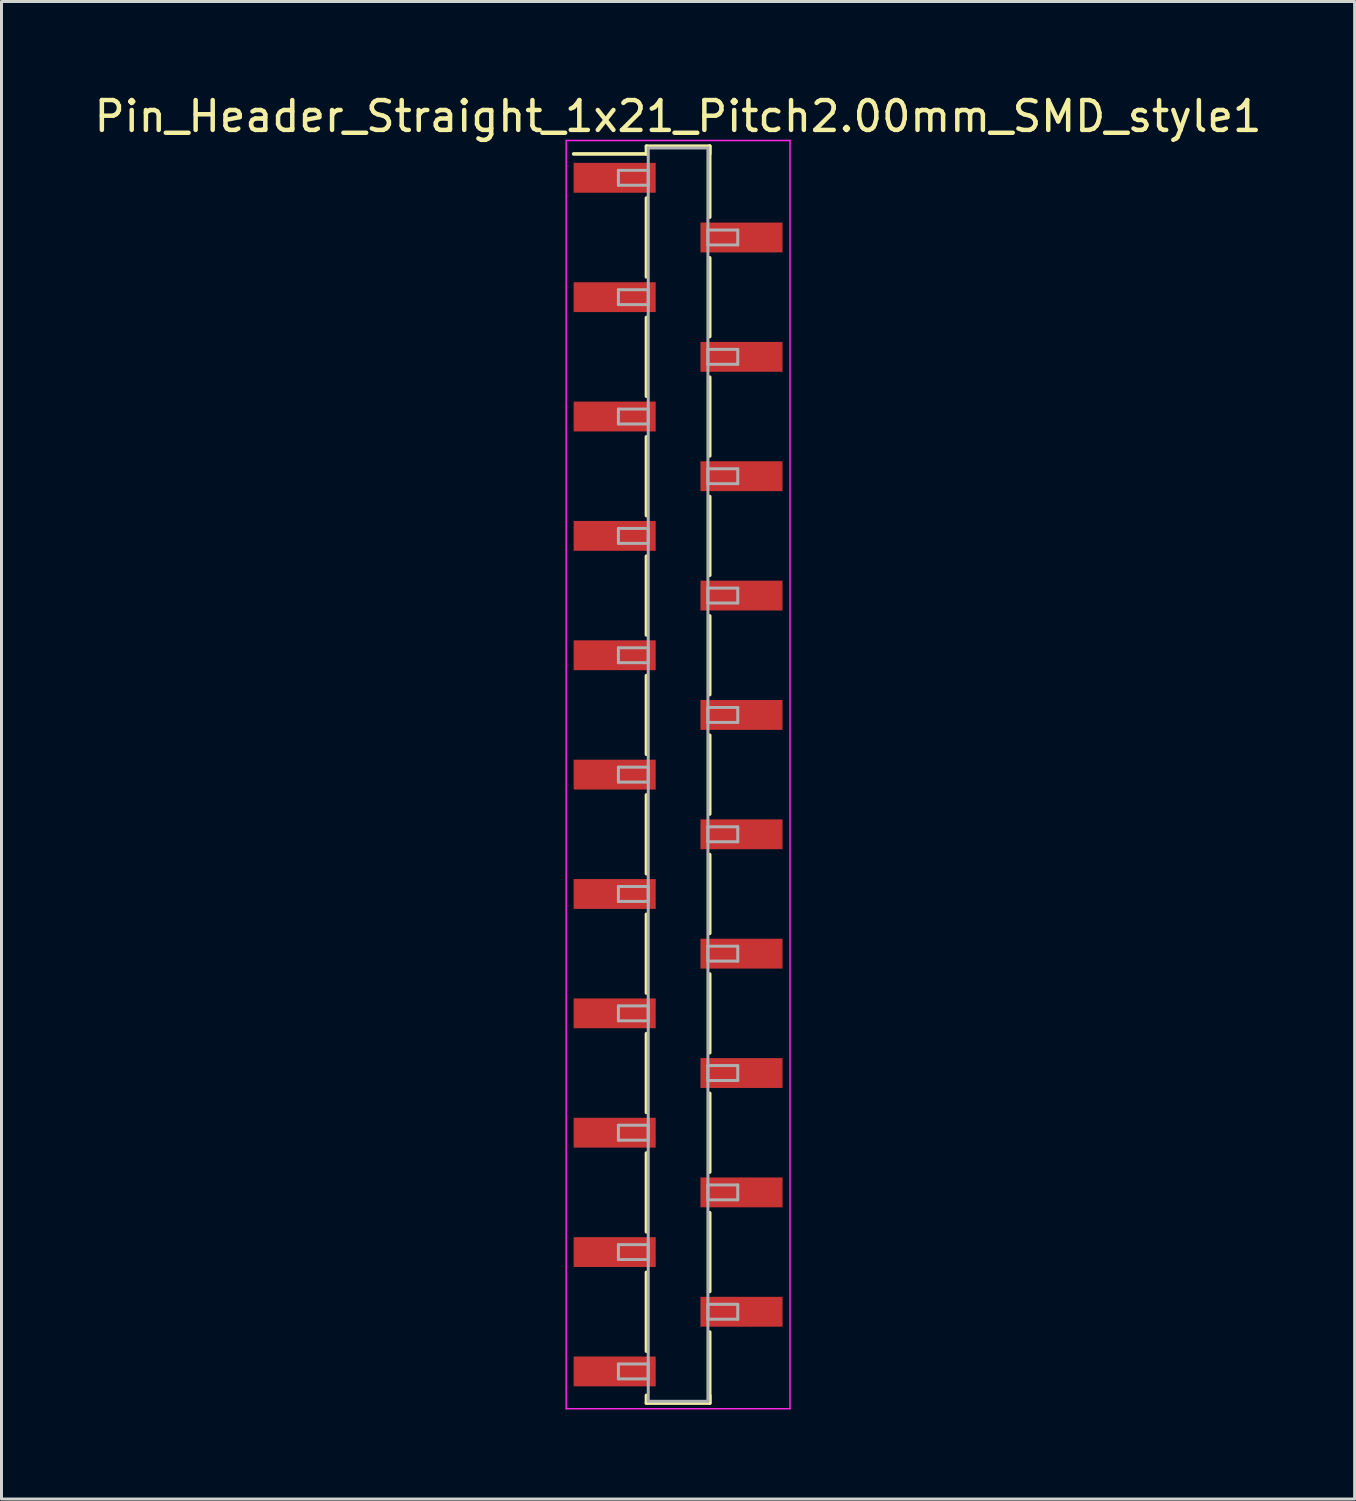
<source format=kicad_pcb>
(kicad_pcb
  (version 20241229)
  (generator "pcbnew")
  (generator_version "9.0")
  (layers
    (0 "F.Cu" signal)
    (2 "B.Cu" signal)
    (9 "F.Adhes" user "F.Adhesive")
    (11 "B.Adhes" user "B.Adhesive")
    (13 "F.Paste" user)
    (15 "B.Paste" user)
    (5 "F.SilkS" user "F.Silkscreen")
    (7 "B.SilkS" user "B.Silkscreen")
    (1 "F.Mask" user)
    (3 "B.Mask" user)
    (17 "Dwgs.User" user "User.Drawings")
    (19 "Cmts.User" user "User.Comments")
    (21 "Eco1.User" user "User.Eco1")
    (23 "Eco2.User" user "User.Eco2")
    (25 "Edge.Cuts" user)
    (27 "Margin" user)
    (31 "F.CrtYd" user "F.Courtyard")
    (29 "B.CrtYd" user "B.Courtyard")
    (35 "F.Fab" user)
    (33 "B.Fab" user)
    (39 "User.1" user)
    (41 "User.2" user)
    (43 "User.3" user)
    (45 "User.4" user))
  (footprint "Pin_Header_Straight_1x21_Pitch2.00mm_SMD_style1"
    (layer "F.Cu")
    (at 19.673 22.908)
    (property "Reference" "Pin_Header_Straight_1x21_Pitch2.00mm_SMD_style1" (at 0 -22.06 0) (layer "F.SilkS") (effects (font (size 1 1) (thickness 0.15))))
    (attr smd)
    (fp_line (start -1.06 -21.06) (end 1.06 -21.06) (stroke (width 0.12) (type solid)) (layer "F.SilkS"))
    (fp_line (start -1.06 -20.8) (end -3.5 -20.8) (stroke (width 0.12) (type solid)) (layer "F.SilkS"))
    (fp_line (start -1.06 -20.8) (end -1.06 -21.06) (stroke (width 0.12) (type solid)) (layer "F.SilkS"))
    (fp_line (start -1.06 -19.32) (end -1.06 -16.68) (stroke (width 0.12) (type solid)) (layer "F.SilkS"))
    (fp_line (start -1.06 -15.32) (end -1.06 -12.68) (stroke (width 0.12) (type solid)) (layer "F.SilkS"))
    (fp_line (start -1.06 -11.32) (end -1.06 -8.68) (stroke (width 0.12) (type solid)) (layer "F.SilkS"))
    (fp_line (start -1.06 -7.32) (end -1.06 -4.68) (stroke (width 0.12) (type solid)) (layer "F.SilkS"))
    (fp_line (start -1.06 -3.32) (end -1.06 -0.68) (stroke (width 0.12) (type solid)) (layer "F.SilkS"))
    (fp_line (start -1.06 0.68) (end -1.06 3.32) (stroke (width 0.12) (type solid)) (layer "F.SilkS"))
    (fp_line (start -1.06 4.68) (end -1.06 7.32) (stroke (width 0.12) (type solid)) (layer "F.SilkS"))
    (fp_line (start -1.06 8.68) (end -1.06 11.32) (stroke (width 0.12) (type solid)) (layer "F.SilkS"))
    (fp_line (start -1.06 12.68) (end -1.06 15.32) (stroke (width 0.12) (type solid)) (layer "F.SilkS"))
    (fp_line (start -1.06 16.68) (end -1.06 19.32) (stroke (width 0.12) (type solid)) (layer "F.SilkS"))
    (fp_line (start -1.06 20.8) (end -1.06 21.06) (stroke (width 0.12) (type solid)) (layer "F.SilkS"))
    (fp_line (start -1.06 21.06) (end 1.06 21.06) (stroke (width 0.12) (type solid)) (layer "F.SilkS"))
    (fp_line (start 1.06 -21.06) (end 1.06 -20.8) (stroke (width 0.12) (type solid)) (layer "F.SilkS"))
    (fp_line (start 1.06 -21.06) (end 1.06 -18.68) (stroke (width 0.12) (type solid)) (layer "F.SilkS"))
    (fp_line (start 1.06 -17.32) (end 1.06 -14.68) (stroke (width 0.12) (type solid)) (layer "F.SilkS"))
    (fp_line (start 1.06 -13.32) (end 1.06 -10.68) (stroke (width 0.12) (type solid)) (layer "F.SilkS"))
    (fp_line (start 1.06 -9.32) (end 1.06 -6.68) (stroke (width 0.12) (type solid)) (layer "F.SilkS"))
    (fp_line (start 1.06 -5.32) (end 1.06 -2.68) (stroke (width 0.12) (type solid)) (layer "F.SilkS"))
    (fp_line (start 1.06 -1.32) (end 1.06 1.32) (stroke (width 0.12) (type solid)) (layer "F.SilkS"))
    (fp_line (start 1.06 2.68) (end 1.06 5.32) (stroke (width 0.12) (type solid)) (layer "F.SilkS"))
    (fp_line (start 1.06 6.68) (end 1.06 9.32) (stroke (width 0.12) (type solid)) (layer "F.SilkS"))
    (fp_line (start 1.06 10.68) (end 1.06 13.32) (stroke (width 0.12) (type solid)) (layer "F.SilkS"))
    (fp_line (start 1.06 14.68) (end 1.06 17.32) (stroke (width 0.12) (type solid)) (layer "F.SilkS"))
    (fp_line (start 1.06 18.68) (end 1.06 21.06) (stroke (width 0.12) (type solid)) (layer "F.SilkS"))
    (fp_line (start 1.06 21.06) (end 1.06 20.8) (stroke (width 0.12) (type solid)) (layer "F.SilkS"))
    (fp_line (start -3.75 -21.25) (end -3.75 21.25) (stroke (width 0.05) (type solid)) (layer "F.CrtYd"))
    (fp_line (start -3.75 21.25) (end 3.75 21.25) (stroke (width 0.05) (type solid)) (layer "F.CrtYd"))
    (fp_line (start 3.75 -21.25) (end -3.75 -21.25) (stroke (width 0.05) (type solid)) (layer "F.CrtYd"))
    (fp_line (start 3.75 21.25) (end 3.75 -21.25) (stroke (width 0.05) (type solid)) (layer "F.CrtYd"))
    (fp_line (start -2 -20.25) (end -1 -20.25) (stroke (width 0.1) (type solid)) (layer "F.Fab"))
    (fp_line (start -2 -19.75) (end -2 -20.25) (stroke (width 0.1) (type solid)) (layer "F.Fab"))
    (fp_line (start -2 -16.25) (end -1 -16.25) (stroke (width 0.1) (type solid)) (layer "F.Fab"))
    (fp_line (start -2 -15.75) (end -2 -16.25) (stroke (width 0.1) (type solid)) (layer "F.Fab"))
    (fp_line (start -2 -12.25) (end -1 -12.25) (stroke (width 0.1) (type solid)) (layer "F.Fab"))
    (fp_line (start -2 -11.75) (end -2 -12.25) (stroke (width 0.1) (type solid)) (layer "F.Fab"))
    (fp_line (start -2 -8.25) (end -1 -8.25) (stroke (width 0.1) (type solid)) (layer "F.Fab"))
    (fp_line (start -2 -7.75) (end -2 -8.25) (stroke (width 0.1) (type solid)) (layer "F.Fab"))
    (fp_line (start -2 -4.25) (end -1 -4.25) (stroke (width 0.1) (type solid)) (layer "F.Fab"))
    (fp_line (start -2 -3.75) (end -2 -4.25) (stroke (width 0.1) (type solid)) (layer "F.Fab"))
    (fp_line (start -2 -0.25) (end -1 -0.25) (stroke (width 0.1) (type solid)) (layer "F.Fab"))
    (fp_line (start -2 0.25) (end -2 -0.25) (stroke (width 0.1) (type solid)) (layer "F.Fab"))
    (fp_line (start -2 3.75) (end -1 3.75) (stroke (width 0.1) (type solid)) (layer "F.Fab"))
    (fp_line (start -2 4.25) (end -2 3.75) (stroke (width 0.1) (type solid)) (layer "F.Fab"))
    (fp_line (start -2 7.75) (end -1 7.75) (stroke (width 0.1) (type solid)) (layer "F.Fab"))
    (fp_line (start -2 8.25) (end -2 7.75) (stroke (width 0.1) (type solid)) (layer "F.Fab"))
    (fp_line (start -2 11.75) (end -1 11.75) (stroke (width 0.1) (type solid)) (layer "F.Fab"))
    (fp_line (start -2 12.25) (end -2 11.75) (stroke (width 0.1) (type solid)) (layer "F.Fab"))
    (fp_line (start -2 15.75) (end -1 15.75) (stroke (width 0.1) (type solid)) (layer "F.Fab"))
    (fp_line (start -2 16.25) (end -2 15.75) (stroke (width 0.1) (type solid)) (layer "F.Fab"))
    (fp_line (start -2 19.75) (end -1 19.75) (stroke (width 0.1) (type solid)) (layer "F.Fab"))
    (fp_line (start -2 20.25) (end -2 19.75) (stroke (width 0.1) (type solid)) (layer "F.Fab"))
    (fp_line (start -1 -21) (end -1 21) (stroke (width 0.1) (type solid)) (layer "F.Fab"))
    (fp_line (start -1 -20.25) (end -1 -19.75) (stroke (width 0.1) (type solid)) (layer "F.Fab"))
    (fp_line (start -1 -19.75) (end -2 -19.75) (stroke (width 0.1) (type solid)) (layer "F.Fab"))
    (fp_line (start -1 -16.25) (end -1 -15.75) (stroke (width 0.1) (type solid)) (layer "F.Fab"))
    (fp_line (start -1 -15.75) (end -2 -15.75) (stroke (width 0.1) (type solid)) (layer "F.Fab"))
    (fp_line (start -1 -12.25) (end -1 -11.75) (stroke (width 0.1) (type solid)) (layer "F.Fab"))
    (fp_line (start -1 -11.75) (end -2 -11.75) (stroke (width 0.1) (type solid)) (layer "F.Fab"))
    (fp_line (start -1 -8.25) (end -1 -7.75) (stroke (width 0.1) (type solid)) (layer "F.Fab"))
    (fp_line (start -1 -7.75) (end -2 -7.75) (stroke (width 0.1) (type solid)) (layer "F.Fab"))
    (fp_line (start -1 -4.25) (end -1 -3.75) (stroke (width 0.1) (type solid)) (layer "F.Fab"))
    (fp_line (start -1 -3.75) (end -2 -3.75) (stroke (width 0.1) (type solid)) (layer "F.Fab"))
    (fp_line (start -1 -0.25) (end -1 0.25) (stroke (width 0.1) (type solid)) (layer "F.Fab"))
    (fp_line (start -1 0.25) (end -2 0.25) (stroke (width 0.1) (type solid)) (layer "F.Fab"))
    (fp_line (start -1 3.75) (end -1 4.25) (stroke (width 0.1) (type solid)) (layer "F.Fab"))
    (fp_line (start -1 4.25) (end -2 4.25) (stroke (width 0.1) (type solid)) (layer "F.Fab"))
    (fp_line (start -1 7.75) (end -1 8.25) (stroke (width 0.1) (type solid)) (layer "F.Fab"))
    (fp_line (start -1 8.25) (end -2 8.25) (stroke (width 0.1) (type solid)) (layer "F.Fab"))
    (fp_line (start -1 11.75) (end -1 12.25) (stroke (width 0.1) (type solid)) (layer "F.Fab"))
    (fp_line (start -1 12.25) (end -2 12.25) (stroke (width 0.1) (type solid)) (layer "F.Fab"))
    (fp_line (start -1 15.75) (end -1 16.25) (stroke (width 0.1) (type solid)) (layer "F.Fab"))
    (fp_line (start -1 16.25) (end -2 16.25) (stroke (width 0.1) (type solid)) (layer "F.Fab"))
    (fp_line (start -1 19.75) (end -1 20.25) (stroke (width 0.1) (type solid)) (layer "F.Fab"))
    (fp_line (start -1 20.25) (end -2 20.25) (stroke (width 0.1) (type solid)) (layer "F.Fab"))
    (fp_line (start -1 21) (end 1 21) (stroke (width 0.1) (type solid)) (layer "F.Fab"))
    (fp_line (start 1 -21) (end -1 -21) (stroke (width 0.1) (type solid)) (layer "F.Fab"))
    (fp_line (start 1 -18.25) (end 1 -17.75) (stroke (width 0.1) (type solid)) (layer "F.Fab"))
    (fp_line (start 1 -17.75) (end 2 -17.75) (stroke (width 0.1) (type solid)) (layer "F.Fab"))
    (fp_line (start 1 -14.25) (end 1 -13.75) (stroke (width 0.1) (type solid)) (layer "F.Fab"))
    (fp_line (start 1 -13.75) (end 2 -13.75) (stroke (width 0.1) (type solid)) (layer "F.Fab"))
    (fp_line (start 1 -10.25) (end 1 -9.75) (stroke (width 0.1) (type solid)) (layer "F.Fab"))
    (fp_line (start 1 -9.75) (end 2 -9.75) (stroke (width 0.1) (type solid)) (layer "F.Fab"))
    (fp_line (start 1 -6.25) (end 1 -5.75) (stroke (width 0.1) (type solid)) (layer "F.Fab"))
    (fp_line (start 1 -5.75) (end 2 -5.75) (stroke (width 0.1) (type solid)) (layer "F.Fab"))
    (fp_line (start 1 -2.25) (end 1 -1.75) (stroke (width 0.1) (type solid)) (layer "F.Fab"))
    (fp_line (start 1 -1.75) (end 2 -1.75) (stroke (width 0.1) (type solid)) (layer "F.Fab"))
    (fp_line (start 1 1.75) (end 1 2.25) (stroke (width 0.1) (type solid)) (layer "F.Fab"))
    (fp_line (start 1 2.25) (end 2 2.25) (stroke (width 0.1) (type solid)) (layer "F.Fab"))
    (fp_line (start 1 5.75) (end 1 6.25) (stroke (width 0.1) (type solid)) (layer "F.Fab"))
    (fp_line (start 1 6.25) (end 2 6.25) (stroke (width 0.1) (type solid)) (layer "F.Fab"))
    (fp_line (start 1 9.75) (end 1 10.25) (stroke (width 0.1) (type solid)) (layer "F.Fab"))
    (fp_line (start 1 10.25) (end 2 10.25) (stroke (width 0.1) (type solid)) (layer "F.Fab"))
    (fp_line (start 1 13.75) (end 1 14.25) (stroke (width 0.1) (type solid)) (layer "F.Fab"))
    (fp_line (start 1 14.25) (end 2 14.25) (stroke (width 0.1) (type solid)) (layer "F.Fab"))
    (fp_line (start 1 17.75) (end 1 18.25) (stroke (width 0.1) (type solid)) (layer "F.Fab"))
    (fp_line (start 1 18.25) (end 2 18.25) (stroke (width 0.1) (type solid)) (layer "F.Fab"))
    (fp_line (start 1 21) (end 1 -21) (stroke (width 0.1) (type solid)) (layer "F.Fab"))
    (fp_line (start 2 -18.25) (end 1 -18.25) (stroke (width 0.1) (type solid)) (layer "F.Fab"))
    (fp_line (start 2 -17.75) (end 2 -18.25) (stroke (width 0.1) (type solid)) (layer "F.Fab"))
    (fp_line (start 2 -14.25) (end 1 -14.25) (stroke (width 0.1) (type solid)) (layer "F.Fab"))
    (fp_line (start 2 -13.75) (end 2 -14.25) (stroke (width 0.1) (type solid)) (layer "F.Fab"))
    (fp_line (start 2 -10.25) (end 1 -10.25) (stroke (width 0.1) (type solid)) (layer "F.Fab"))
    (fp_line (start 2 -9.75) (end 2 -10.25) (stroke (width 0.1) (type solid)) (layer "F.Fab"))
    (fp_line (start 2 -6.25) (end 1 -6.25) (stroke (width 0.1) (type solid)) (layer "F.Fab"))
    (fp_line (start 2 -5.75) (end 2 -6.25) (stroke (width 0.1) (type solid)) (layer "F.Fab"))
    (fp_line (start 2 -2.25) (end 1 -2.25) (stroke (width 0.1) (type solid)) (layer "F.Fab"))
    (fp_line (start 2 -1.75) (end 2 -2.25) (stroke (width 0.1) (type solid)) (layer "F.Fab"))
    (fp_line (start 2 1.75) (end 1 1.75) (stroke (width 0.1) (type solid)) (layer "F.Fab"))
    (fp_line (start 2 2.25) (end 2 1.75) (stroke (width 0.1) (type solid)) (layer "F.Fab"))
    (fp_line (start 2 5.75) (end 1 5.75) (stroke (width 0.1) (type solid)) (layer "F.Fab"))
    (fp_line (start 2 6.25) (end 2 5.75) (stroke (width 0.1) (type solid)) (layer "F.Fab"))
    (fp_line (start 2 9.75) (end 1 9.75) (stroke (width 0.1) (type solid)) (layer "F.Fab"))
    (fp_line (start 2 10.25) (end 2 9.75) (stroke (width 0.1) (type solid)) (layer "F.Fab"))
    (fp_line (start 2 13.75) (end 1 13.75) (stroke (width 0.1) (type solid)) (layer "F.Fab"))
    (fp_line (start 2 14.25) (end 2 13.75) (stroke (width 0.1) (type solid)) (layer "F.Fab"))
    (fp_line (start 2 17.75) (end 1 17.75) (stroke (width 0.1) (type solid)) (layer "F.Fab"))
    (fp_line (start 2 18.25) (end 2 17.75) (stroke (width 0.1) (type solid)) (layer "F.Fab"))
    (pad "1" smd rect (at -2.125 -20) (size 2.75 1) (layers "F.Cu" "F.Mask"))
    (pad "2" smd rect (at 2.125 -18) (size 2.75 1) (layers "F.Cu" "F.Mask"))
    (pad "3" smd rect (at -2.125 -16) (size 2.75 1) (layers "F.Cu" "F.Mask"))
    (pad "4" smd rect (at 2.125 -14) (size 2.75 1) (layers "F.Cu" "F.Mask"))
    (pad "5" smd rect (at -2.125 -12) (size 2.75 1) (layers "F.Cu" "F.Mask"))
    (pad "6" smd rect (at 2.125 -10) (size 2.75 1) (layers "F.Cu" "F.Mask"))
    (pad "7" smd rect (at -2.125 -8) (size 2.75 1) (layers "F.Cu" "F.Mask"))
    (pad "8" smd rect (at 2.125 -6) (size 2.75 1) (layers "F.Cu" "F.Mask"))
    (pad "9" smd rect (at -2.125 -4) (size 2.75 1) (layers "F.Cu" "F.Mask"))
    (pad "10" smd rect (at 2.125 -2) (size 2.75 1) (layers "F.Cu" "F.Mask"))
    (pad "11" smd rect (at -2.125 0) (size 2.75 1) (layers "F.Cu" "F.Mask"))
    (pad "12" smd rect (at 2.125 2) (size 2.75 1) (layers "F.Cu" "F.Mask"))
    (pad "13" smd rect (at -2.125 4) (size 2.75 1) (layers "F.Cu" "F.Mask"))
    (pad "14" smd rect (at 2.125 6) (size 2.75 1) (layers "F.Cu" "F.Mask"))
    (pad "15" smd rect (at -2.125 8) (size 2.75 1) (layers "F.Cu" "F.Mask"))
    (pad "16" smd rect (at 2.125 10) (size 2.75 1) (layers "F.Cu" "F.Mask"))
    (pad "17" smd rect (at -2.125 12) (size 2.75 1) (layers "F.Cu" "F.Mask"))
    (pad "18" smd rect (at 2.125 14) (size 2.75 1) (layers "F.Cu" "F.Mask"))
    (pad "19" smd rect (at -2.125 16) (size 2.75 1) (layers "F.Cu" "F.Mask"))
    (pad "20" smd rect (at 2.125 18) (size 2.75 1) (layers "F.Cu" "F.Mask"))
    (pad "21" smd rect (at -2.125 20) (size 2.75 1) (layers "F.Cu" "F.Mask")))
  (gr_rect
    (start -3 -3)
    (end 42.345 47.183)
    (stroke (width 0.1) (type default))
    (fill no)
    (layer "Edge.Cuts")))
</source>
